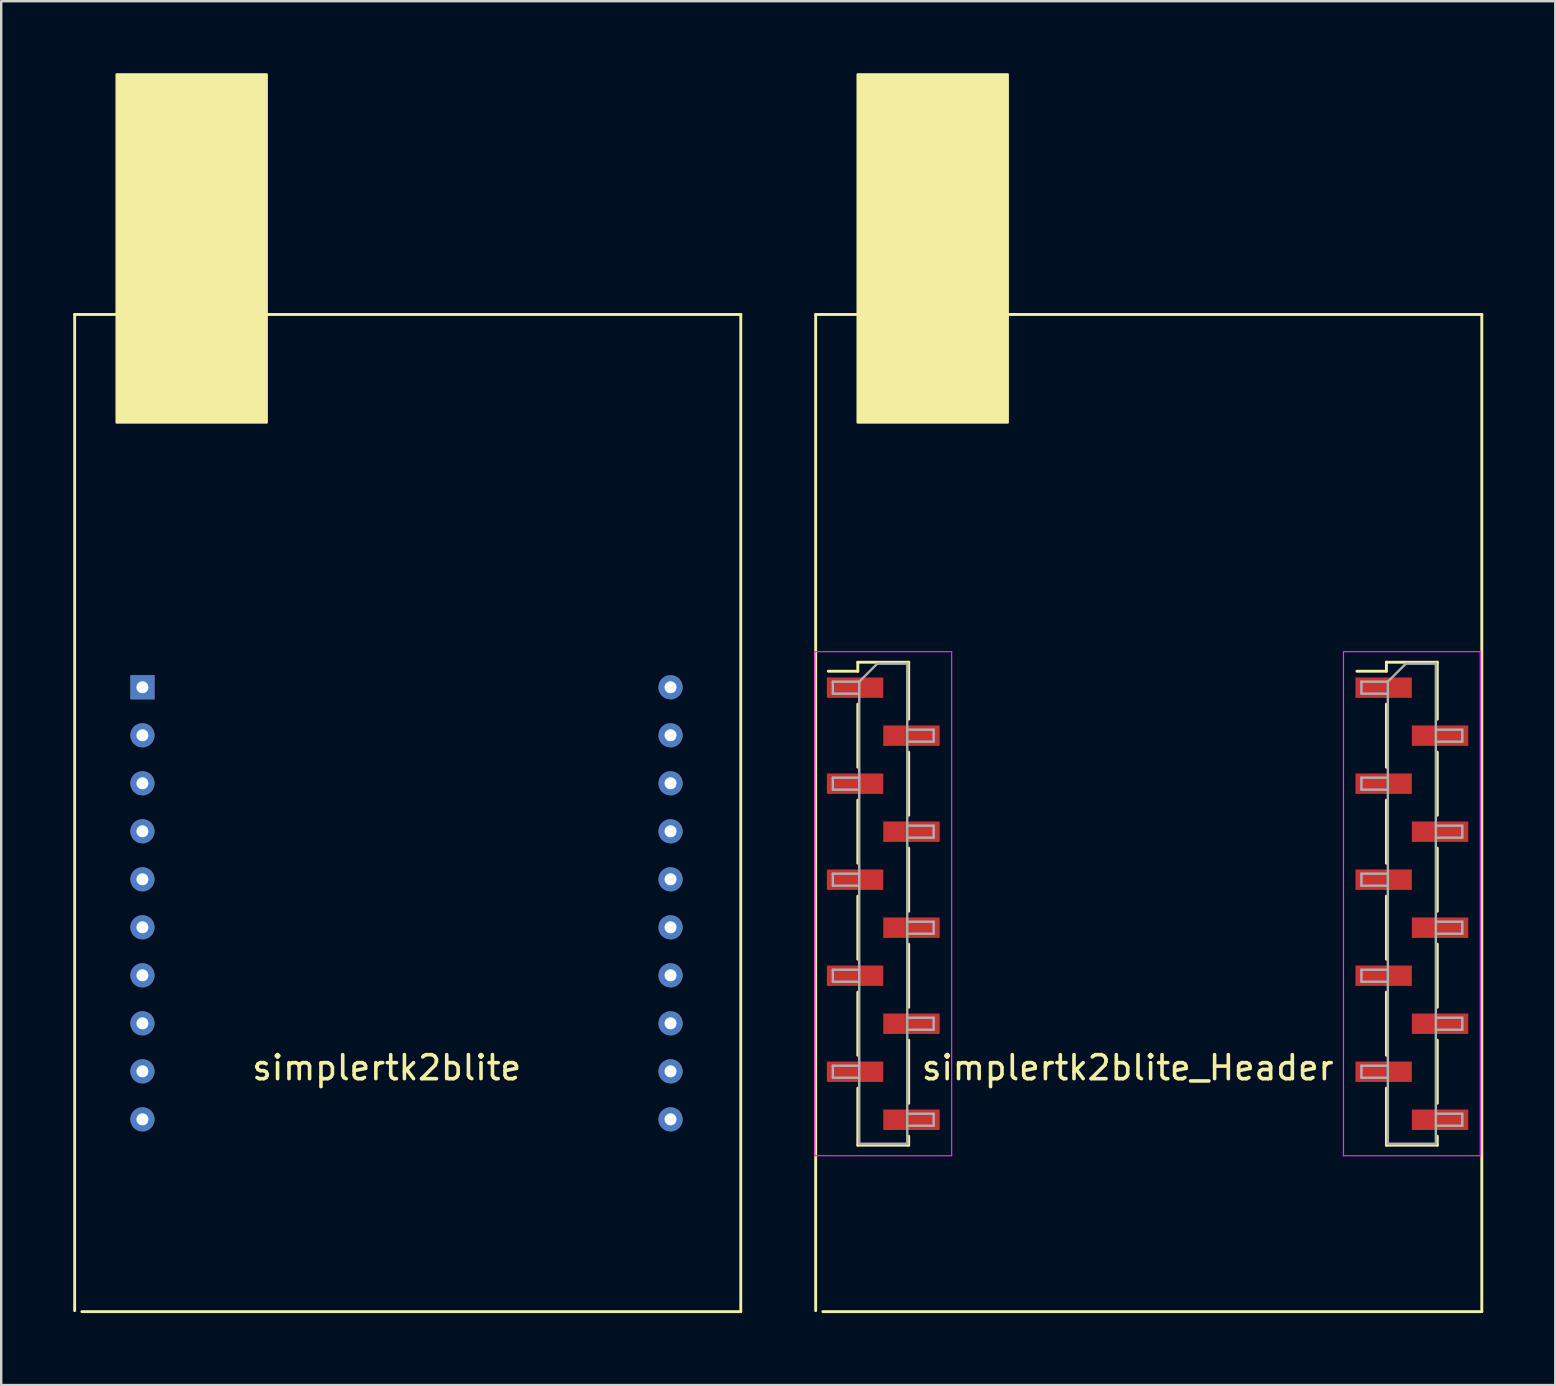
<source format=kicad_pcb>
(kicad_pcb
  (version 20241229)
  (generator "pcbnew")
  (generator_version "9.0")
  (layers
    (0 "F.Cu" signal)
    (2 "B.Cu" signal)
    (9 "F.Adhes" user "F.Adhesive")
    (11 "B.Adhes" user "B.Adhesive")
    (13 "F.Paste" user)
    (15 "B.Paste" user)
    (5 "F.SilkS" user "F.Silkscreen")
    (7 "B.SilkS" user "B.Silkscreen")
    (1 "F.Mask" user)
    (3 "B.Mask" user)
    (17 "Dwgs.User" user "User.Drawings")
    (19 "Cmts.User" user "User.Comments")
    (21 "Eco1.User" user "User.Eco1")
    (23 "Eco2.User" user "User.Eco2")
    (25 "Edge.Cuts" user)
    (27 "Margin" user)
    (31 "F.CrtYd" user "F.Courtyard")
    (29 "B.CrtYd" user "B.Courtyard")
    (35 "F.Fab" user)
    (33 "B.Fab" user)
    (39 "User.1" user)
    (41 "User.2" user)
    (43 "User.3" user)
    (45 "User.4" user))
  (footprint "simplertk2blite_Header"
    (layer "F.Cu")
    (at 43.93 17.3)
    (property "Reference" "simplertk2blite_Header" (at 0 24.13 0) (layer "F.SilkS") (effects (font (size 1 1) (thickness 0.15))))
    (attr through_hole)
    (fp_line (start -13 -7.25) (end 14.75 -7.25) (stroke (width 0.12) (type solid)) (layer "F.SilkS"))
    (fp_line (start -13 34.25) (end -13 -7.25) (stroke (width 0.12) (type solid)) (layer "F.SilkS"))
    (fp_line (start -11.245 7.237) (end -11.245 7.612) (stroke (width 0.12) (type solid)) (layer "F.SilkS"))
    (fp_line (start -11.245 7.237) (end -9.125 7.237) (stroke (width 0.12) (type solid)) (layer "F.SilkS"))
    (fp_line (start -11.245 7.612) (end -12.475 7.612) (stroke (width 0.12) (type solid)) (layer "F.SilkS"))
    (fp_line (start -11.245 8.982) (end -11.245 11.612) (stroke (width 0.12) (type solid)) (layer "F.SilkS"))
    (fp_line (start -11.245 12.982) (end -11.245 15.612) (stroke (width 0.12) (type solid)) (layer "F.SilkS"))
    (fp_line (start -11.245 16.982) (end -11.245 19.612) (stroke (width 0.12) (type solid)) (layer "F.SilkS"))
    (fp_line (start -11.245 20.982) (end -11.245 23.612) (stroke (width 0.12) (type solid)) (layer "F.SilkS"))
    (fp_line (start -11.245 24.982) (end -11.245 27.357) (stroke (width 0.12) (type solid)) (layer "F.SilkS"))
    (fp_line (start -11.245 27.357) (end -9.125 27.357) (stroke (width 0.12) (type solid)) (layer "F.SilkS"))
    (fp_line (start -9.125 7.237) (end -9.125 9.612) (stroke (width 0.12) (type solid)) (layer "F.SilkS"))
    (fp_line (start -9.125 10.982) (end -9.125 13.612) (stroke (width 0.12) (type solid)) (layer "F.SilkS"))
    (fp_line (start -9.125 14.982) (end -9.125 17.612) (stroke (width 0.12) (type solid)) (layer "F.SilkS"))
    (fp_line (start -9.125 18.982) (end -9.125 21.612) (stroke (width 0.12) (type solid)) (layer "F.SilkS"))
    (fp_line (start -9.125 22.982) (end -9.125 25.612) (stroke (width 0.12) (type solid)) (layer "F.SilkS"))
    (fp_line (start -9.125 26.982) (end -9.125 27.357) (stroke (width 0.12) (type solid)) (layer "F.SilkS"))
    (fp_line (start 10.776 7.237) (end 10.776 7.612) (stroke (width 0.12) (type solid)) (layer "F.SilkS"))
    (fp_line (start 10.776 7.237) (end 12.896 7.237) (stroke (width 0.12) (type solid)) (layer "F.SilkS"))
    (fp_line (start 10.776 7.612) (end 9.546 7.612) (stroke (width 0.12) (type solid)) (layer "F.SilkS"))
    (fp_line (start 10.776 8.982) (end 10.776 11.612) (stroke (width 0.12) (type solid)) (layer "F.SilkS"))
    (fp_line (start 10.776 12.982) (end 10.776 15.612) (stroke (width 0.12) (type solid)) (layer "F.SilkS"))
    (fp_line (start 10.776 16.982) (end 10.776 19.612) (stroke (width 0.12) (type solid)) (layer "F.SilkS"))
    (fp_line (start 10.776 20.982) (end 10.776 23.612) (stroke (width 0.12) (type solid)) (layer "F.SilkS"))
    (fp_line (start 10.776 24.982) (end 10.776 27.357) (stroke (width 0.12) (type solid)) (layer "F.SilkS"))
    (fp_line (start 10.776 27.357) (end 12.896 27.357) (stroke (width 0.12) (type solid)) (layer "F.SilkS"))
    (fp_line (start 12.896 7.237) (end 12.896 9.612) (stroke (width 0.12) (type solid)) (layer "F.SilkS"))
    (fp_line (start 12.896 10.982) (end 12.896 13.612) (stroke (width 0.12) (type solid)) (layer "F.SilkS"))
    (fp_line (start 12.896 14.982) (end 12.896 17.612) (stroke (width 0.12) (type solid)) (layer "F.SilkS"))
    (fp_line (start 12.896 18.982) (end 12.896 21.612) (stroke (width 0.12) (type solid)) (layer "F.SilkS"))
    (fp_line (start 12.896 22.982) (end 12.896 25.612) (stroke (width 0.12) (type solid)) (layer "F.SilkS"))
    (fp_line (start 12.896 26.982) (end 12.896 27.357) (stroke (width 0.12) (type solid)) (layer "F.SilkS"))
    (fp_line (start 14.75 -7.25) (end 14.75 34.29) (stroke (width 0.12) (type solid)) (layer "F.SilkS"))
    (fp_line (start 14.75 34.29) (end -12.7 34.29) (stroke (width 0.12) (type solid)) (layer "F.SilkS"))
    (fp_poly (pts (xy -5 -2.75) (xy -11.25 -2.75) (xy -11.25 -17.25) (xy -5 -17.25)) (stroke (width 0.1) (type solid)) (fill yes) (layer "F.SilkS"))
    (fp_line (start -13.035 6.797) (end -13.035 27.797) (stroke (width 0.05) (type solid)) (layer "F.CrtYd"))
    (fp_line (start -13.035 27.797) (end -7.335 27.797) (stroke (width 0.05) (type solid)) (layer "F.CrtYd"))
    (fp_line (start -7.335 6.797) (end -13.035 6.797) (stroke (width 0.05) (type solid)) (layer "F.CrtYd"))
    (fp_line (start -7.335 27.797) (end -7.335 6.797) (stroke (width 0.05) (type solid)) (layer "F.CrtYd"))
    (fp_line (start 8.986 6.797) (end 8.986 27.797) (stroke (width 0.05) (type solid)) (layer "F.CrtYd"))
    (fp_line (start 8.986 27.797) (end 14.686 27.797) (stroke (width 0.05) (type solid)) (layer "F.CrtYd"))
    (fp_line (start 14.686 6.797) (end 8.986 6.797) (stroke (width 0.05) (type solid)) (layer "F.CrtYd"))
    (fp_line (start 14.686 27.797) (end 14.686 6.797) (stroke (width 0.05) (type solid)) (layer "F.CrtYd"))
    (fp_line (start -12.285 8.047) (end -12.285 8.547) (stroke (width 0.1) (type solid)) (layer "F.Fab"))
    (fp_line (start -12.285 8.547) (end -11.185 8.547) (stroke (width 0.1) (type solid)) (layer "F.Fab"))
    (fp_line (start -12.285 12.047) (end -12.285 12.547) (stroke (width 0.1) (type solid)) (layer "F.Fab"))
    (fp_line (start -12.285 12.547) (end -11.185 12.547) (stroke (width 0.1) (type solid)) (layer "F.Fab"))
    (fp_line (start -12.285 16.047) (end -12.285 16.547) (stroke (width 0.1) (type solid)) (layer "F.Fab"))
    (fp_line (start -12.285 16.547) (end -11.185 16.547) (stroke (width 0.1) (type solid)) (layer "F.Fab"))
    (fp_line (start -12.285 20.047) (end -12.285 20.547) (stroke (width 0.1) (type solid)) (layer "F.Fab"))
    (fp_line (start -12.285 20.547) (end -11.185 20.547) (stroke (width 0.1) (type solid)) (layer "F.Fab"))
    (fp_line (start -12.285 24.047) (end -12.285 24.547) (stroke (width 0.1) (type solid)) (layer "F.Fab"))
    (fp_line (start -12.285 24.547) (end -11.185 24.547) (stroke (width 0.1) (type solid)) (layer "F.Fab"))
    (fp_line (start -11.185 8.047) (end -12.285 8.047) (stroke (width 0.1) (type solid)) (layer "F.Fab"))
    (fp_line (start -11.185 8.047) (end -10.435 7.297) (stroke (width 0.1) (type solid)) (layer "F.Fab"))
    (fp_line (start -11.185 12.047) (end -12.285 12.047) (stroke (width 0.1) (type solid)) (layer "F.Fab"))
    (fp_line (start -11.185 16.047) (end -12.285 16.047) (stroke (width 0.1) (type solid)) (layer "F.Fab"))
    (fp_line (start -11.185 20.047) (end -12.285 20.047) (stroke (width 0.1) (type solid)) (layer "F.Fab"))
    (fp_line (start -11.185 24.047) (end -12.285 24.047) (stroke (width 0.1) (type solid)) (layer "F.Fab"))
    (fp_line (start -11.185 27.297) (end -11.185 8.047) (stroke (width 0.1) (type solid)) (layer "F.Fab"))
    (fp_line (start -10.435 7.297) (end -9.185 7.297) (stroke (width 0.1) (type solid)) (layer "F.Fab"))
    (fp_line (start -9.185 7.297) (end -9.185 27.297) (stroke (width 0.1) (type solid)) (layer "F.Fab"))
    (fp_line (start -9.185 10.047) (end -8.085 10.047) (stroke (width 0.1) (type solid)) (layer "F.Fab"))
    (fp_line (start -9.185 14.047) (end -8.085 14.047) (stroke (width 0.1) (type solid)) (layer "F.Fab"))
    (fp_line (start -9.185 18.047) (end -8.085 18.047) (stroke (width 0.1) (type solid)) (layer "F.Fab"))
    (fp_line (start -9.185 22.047) (end -8.085 22.047) (stroke (width 0.1) (type solid)) (layer "F.Fab"))
    (fp_line (start -9.185 26.047) (end -8.085 26.047) (stroke (width 0.1) (type solid)) (layer "F.Fab"))
    (fp_line (start -9.185 27.297) (end -11.185 27.297) (stroke (width 0.1) (type solid)) (layer "F.Fab"))
    (fp_line (start -8.085 10.047) (end -8.085 10.547) (stroke (width 0.1) (type solid)) (layer "F.Fab"))
    (fp_line (start -8.085 10.547) (end -9.185 10.547) (stroke (width 0.1) (type solid)) (layer "F.Fab"))
    (fp_line (start -8.085 14.047) (end -8.085 14.547) (stroke (width 0.1) (type solid)) (layer "F.Fab"))
    (fp_line (start -8.085 14.547) (end -9.185 14.547) (stroke (width 0.1) (type solid)) (layer "F.Fab"))
    (fp_line (start -8.085 18.047) (end -8.085 18.547) (stroke (width 0.1) (type solid)) (layer "F.Fab"))
    (fp_line (start -8.085 18.547) (end -9.185 18.547) (stroke (width 0.1) (type solid)) (layer "F.Fab"))
    (fp_line (start -8.085 22.047) (end -8.085 22.547) (stroke (width 0.1) (type solid)) (layer "F.Fab"))
    (fp_line (start -8.085 22.547) (end -9.185 22.547) (stroke (width 0.1) (type solid)) (layer "F.Fab"))
    (fp_line (start -8.085 26.047) (end -8.085 26.547) (stroke (width 0.1) (type solid)) (layer "F.Fab"))
    (fp_line (start -8.085 26.547) (end -9.185 26.547) (stroke (width 0.1) (type solid)) (layer "F.Fab"))
    (fp_line (start 9.736 8.047) (end 9.736 8.547) (stroke (width 0.1) (type solid)) (layer "F.Fab"))
    (fp_line (start 9.736 8.547) (end 10.836 8.547) (stroke (width 0.1) (type solid)) (layer "F.Fab"))
    (fp_line (start 9.736 12.047) (end 9.736 12.547) (stroke (width 0.1) (type solid)) (layer "F.Fab"))
    (fp_line (start 9.736 12.547) (end 10.836 12.547) (stroke (width 0.1) (type solid)) (layer "F.Fab"))
    (fp_line (start 9.736 16.047) (end 9.736 16.547) (stroke (width 0.1) (type solid)) (layer "F.Fab"))
    (fp_line (start 9.736 16.547) (end 10.836 16.547) (stroke (width 0.1) (type solid)) (layer "F.Fab"))
    (fp_line (start 9.736 20.047) (end 9.736 20.547) (stroke (width 0.1) (type solid)) (layer "F.Fab"))
    (fp_line (start 9.736 20.547) (end 10.836 20.547) (stroke (width 0.1) (type solid)) (layer "F.Fab"))
    (fp_line (start 9.736 24.047) (end 9.736 24.547) (stroke (width 0.1) (type solid)) (layer "F.Fab"))
    (fp_line (start 9.736 24.547) (end 10.836 24.547) (stroke (width 0.1) (type solid)) (layer "F.Fab"))
    (fp_line (start 10.836 8.047) (end 9.736 8.047) (stroke (width 0.1) (type solid)) (layer "F.Fab"))
    (fp_line (start 10.836 8.047) (end 11.586 7.297) (stroke (width 0.1) (type solid)) (layer "F.Fab"))
    (fp_line (start 10.836 12.047) (end 9.736 12.047) (stroke (width 0.1) (type solid)) (layer "F.Fab"))
    (fp_line (start 10.836 16.047) (end 9.736 16.047) (stroke (width 0.1) (type solid)) (layer "F.Fab"))
    (fp_line (start 10.836 20.047) (end 9.736 20.047) (stroke (width 0.1) (type solid)) (layer "F.Fab"))
    (fp_line (start 10.836 24.047) (end 9.736 24.047) (stroke (width 0.1) (type solid)) (layer "F.Fab"))
    (fp_line (start 10.836 27.297) (end 10.836 8.047) (stroke (width 0.1) (type solid)) (layer "F.Fab"))
    (fp_line (start 11.586 7.297) (end 12.836 7.297) (stroke (width 0.1) (type solid)) (layer "F.Fab"))
    (fp_line (start 12.836 7.297) (end 12.836 27.297) (stroke (width 0.1) (type solid)) (layer "F.Fab"))
    (fp_line (start 12.836 10.047) (end 13.936 10.047) (stroke (width 0.1) (type solid)) (layer "F.Fab"))
    (fp_line (start 12.836 14.047) (end 13.936 14.047) (stroke (width 0.1) (type solid)) (layer "F.Fab"))
    (fp_line (start 12.836 18.047) (end 13.936 18.047) (stroke (width 0.1) (type solid)) (layer "F.Fab"))
    (fp_line (start 12.836 22.047) (end 13.936 22.047) (stroke (width 0.1) (type solid)) (layer "F.Fab"))
    (fp_line (start 12.836 26.047) (end 13.936 26.047) (stroke (width 0.1) (type solid)) (layer "F.Fab"))
    (fp_line (start 12.836 27.297) (end 10.836 27.297) (stroke (width 0.1) (type solid)) (layer "F.Fab"))
    (fp_line (start 13.936 10.047) (end 13.936 10.547) (stroke (width 0.1) (type solid)) (layer "F.Fab"))
    (fp_line (start 13.936 10.547) (end 12.836 10.547) (stroke (width 0.1) (type solid)) (layer "F.Fab"))
    (fp_line (start 13.936 14.047) (end 13.936 14.547) (stroke (width 0.1) (type solid)) (layer "F.Fab"))
    (fp_line (start 13.936 14.547) (end 12.836 14.547) (stroke (width 0.1) (type solid)) (layer "F.Fab"))
    (fp_line (start 13.936 18.047) (end 13.936 18.547) (stroke (width 0.1) (type solid)) (layer "F.Fab"))
    (fp_line (start 13.936 18.547) (end 12.836 18.547) (stroke (width 0.1) (type solid)) (layer "F.Fab"))
    (fp_line (start 13.936 22.047) (end 13.936 22.547) (stroke (width 0.1) (type solid)) (layer "F.Fab"))
    (fp_line (start 13.936 22.547) (end 12.836 22.547) (stroke (width 0.1) (type solid)) (layer "F.Fab"))
    (fp_line (start 13.936 26.047) (end 13.936 26.547) (stroke (width 0.1) (type solid)) (layer "F.Fab"))
    (fp_line (start 13.936 26.547) (end 12.836 26.547) (stroke (width 0.1) (type solid)) (layer "F.Fab"))
    (pad "1" smd rect (at -11.36 8.297) (size 2.35 0.85) (layers "F.Cu" "F.Mask" "F.Paste"))
    (pad "2" smd rect (at -9.01 10.297) (size 2.35 0.85) (layers "F.Cu" "F.Mask" "F.Paste"))
    (pad "3" smd rect (at -11.36 12.297) (size 2.35 0.85) (layers "F.Cu" "F.Mask" "F.Paste"))
    (pad "4" smd rect (at -9.01 14.297) (size 2.35 0.85) (layers "F.Cu" "F.Mask" "F.Paste"))
    (pad "5" smd rect (at -11.36 16.297) (size 2.35 0.85) (layers "F.Cu" "F.Mask" "F.Paste"))
    (pad "6" smd rect (at -9.01 18.297) (size 2.35 0.85) (layers "F.Cu" "F.Mask" "F.Paste"))
    (pad "7" smd rect (at -11.36 20.297) (size 2.35 0.85) (layers "F.Cu" "F.Mask" "F.Paste"))
    (pad "8" smd rect (at -9.01 22.297) (size 2.35 0.85) (layers "F.Cu" "F.Mask" "F.Paste"))
    (pad "9" smd rect (at -11.36 24.297) (size 2.35 0.85) (layers "F.Cu" "F.Mask" "F.Paste"))
    (pad "10" smd rect (at -9.01 26.297) (size 2.35 0.85) (layers "F.Cu" "F.Mask" "F.Paste"))
    (pad "11" smd rect (at 13.011 26.297) (size 2.35 0.85) (layers "F.Cu" "F.Mask" "F.Paste"))
    (pad "12" smd rect (at 10.661 24.297) (size 2.35 0.85) (layers "F.Cu" "F.Mask" "F.Paste"))
    (pad "13" smd rect (at 13.011 22.297) (size 2.35 0.85) (layers "F.Cu" "F.Mask" "F.Paste"))
    (pad "14" smd rect (at 10.661 20.297) (size 2.35 0.85) (layers "F.Cu" "F.Mask" "F.Paste"))
    (pad "15" smd rect (at 13.011 18.297) (size 2.35 0.85) (layers "F.Cu" "F.Mask" "F.Paste"))
    (pad "16" smd rect (at 10.661 16.297) (size 2.35 0.85) (layers "F.Cu" "F.Mask" "F.Paste"))
    (pad "17" smd rect (at 13.011 14.297) (size 2.35 0.85) (layers "F.Cu" "F.Mask" "F.Paste"))
    (pad "18" smd rect (at 10.661 12.297) (size 2.35 0.85) (layers "F.Cu" "F.Mask" "F.Paste"))
    (pad "19" smd rect (at 13.011 10.297) (size 2.35 0.85) (layers "F.Cu" "F.Mask" "F.Paste"))
    (pad "20" smd rect (at 10.661 8.297) (size 2.35 0.85) (layers "F.Cu" "F.Mask" "F.Paste")))
  (footprint "simplertk2blite"
    (layer "F.Cu")
    (at 13.06 17.3)
    (property "Reference" "simplertk2blite" (at 0 24.13 0) (layer "F.SilkS") (effects (font (size 1 1) (thickness 0.15))))
    (attr through_hole)
    (fp_line (start -13 -7.25) (end 14.75 -7.25) (stroke (width 0.12) (type solid)) (layer "F.SilkS"))
    (fp_line (start -13 34.25) (end -13 -7.25) (stroke (width 0.12) (type solid)) (layer "F.SilkS"))
    (fp_line (start 14.75 -7.25) (end 14.75 34.29) (stroke (width 0.12) (type solid)) (layer "F.SilkS"))
    (fp_line (start 14.75 34.29) (end -12.7 34.29) (stroke (width 0.12) (type solid)) (layer "F.SilkS"))
    (fp_poly (pts (xy -5 -2.75) (xy -11.25 -2.75) (xy -11.25 -17.25) (xy -5 -17.25)) (stroke (width 0.1) (type solid)) (fill yes) (layer "F.SilkS"))
    (pad "1" thru_hole rect (at -10.176 8.281) (size 1.008 1.008) (drill 0.5) (layers "*.Cu" "*.Mask"))
    (pad "2" thru_hole circle (at -10.176 10.281) (size 1.008 1.008) (drill 0.5) (layers "*.Cu" "*.Mask"))
    (pad "3" thru_hole circle (at -10.176 12.281) (size 1.008 1.008) (drill 0.5) (layers "*.Cu" "*.Mask"))
    (pad "4" thru_hole circle (at -10.176 14.281) (size 1.008 1.008) (drill 0.5) (layers "*.Cu" "*.Mask"))
    (pad "5" thru_hole circle (at -10.176 16.281) (size 1.008 1.008) (drill 0.5) (layers "*.Cu" "*.Mask"))
    (pad "6" thru_hole circle (at -10.176 18.281) (size 1.008 1.008) (drill 0.5) (layers "*.Cu" "*.Mask"))
    (pad "7" thru_hole circle (at -10.176 20.281) (size 1.008 1.008) (drill 0.5) (layers "*.Cu" "*.Mask"))
    (pad "8" thru_hole circle (at -10.176 22.281) (size 1.008 1.008) (drill 0.5) (layers "*.Cu" "*.Mask"))
    (pad "9" thru_hole circle (at -10.176 24.281) (size 1.008 1.008) (drill 0.5) (layers "*.Cu" "*.Mask"))
    (pad "10" thru_hole circle (at -10.176 26.281) (size 1.008 1.008) (drill 0.5) (layers "*.Cu" "*.Mask"))
    (pad "11" thru_hole circle (at 11.824 26.281) (size 1.008 1.008) (drill 0.5) (layers "*.Cu" "*.Mask"))
    (pad "12" thru_hole circle (at 11.824 24.281) (size 1.008 1.008) (drill 0.5) (layers "*.Cu" "*.Mask"))
    (pad "13" thru_hole circle (at 11.824 22.281) (size 1.008 1.008) (drill 0.5) (layers "*.Cu" "*.Mask"))
    (pad "14" thru_hole circle (at 11.824 20.281) (size 1.008 1.008) (drill 0.5) (layers "*.Cu" "*.Mask"))
    (pad "15" thru_hole circle (at 11.824 18.281) (size 1.008 1.008) (drill 0.5) (layers "*.Cu" "*.Mask"))
    (pad "16" thru_hole circle (at 11.824 16.281) (size 1.008 1.008) (drill 0.5) (layers "*.Cu" "*.Mask"))
    (pad "17" thru_hole circle (at 11.824 14.281) (size 1.008 1.008) (drill 0.5) (layers "*.Cu" "*.Mask"))
    (pad "18" thru_hole circle (at 11.824 12.281) (size 1.008 1.008) (drill 0.5) (layers "*.Cu" "*.Mask"))
    (pad "19" thru_hole circle (at 11.824 10.281) (size 1.008 1.008) (drill 0.5) (layers "*.Cu" "*.Mask"))
    (pad "20" thru_hole circle (at 11.824 8.281) (size 1.008 1.008) (drill 0.5) (layers "*.Cu" "*.Mask")))
  (gr_rect
    (start -3 -3)
    (end 61.74 54.65)
    (stroke (width 0.1) (type default))
    (fill no)
    (layer "Edge.Cuts")))
</source>
